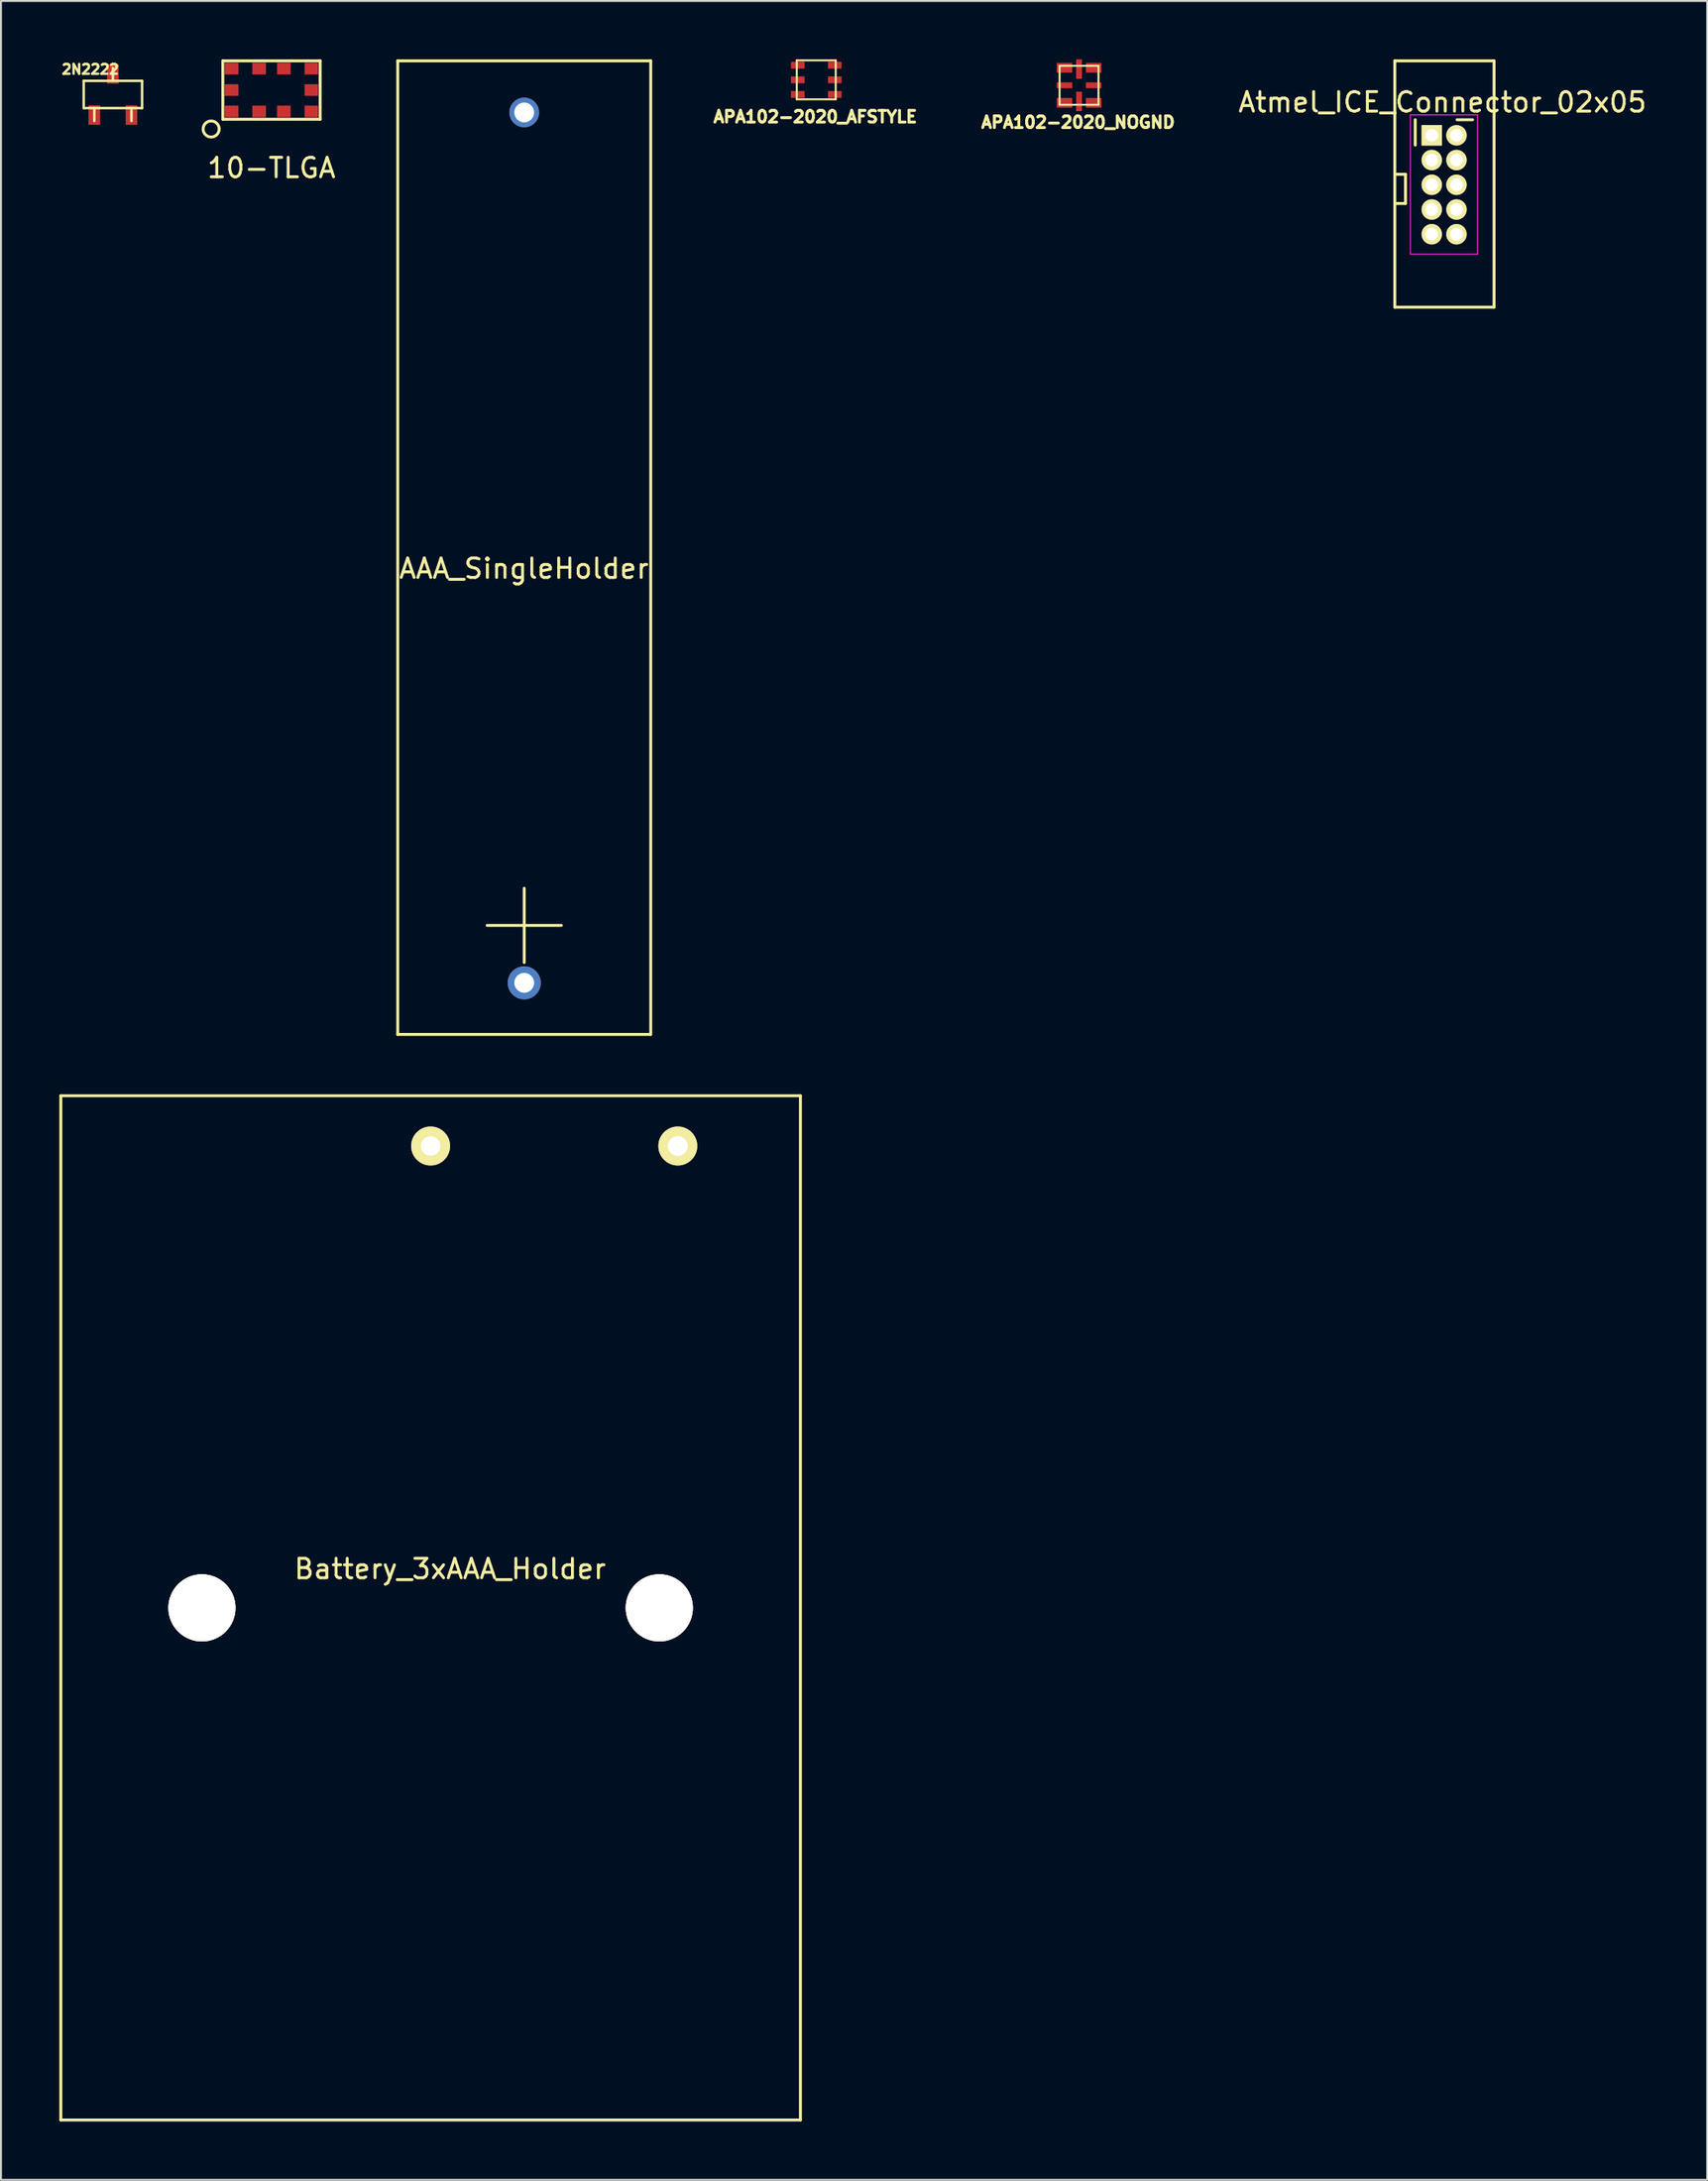
<source format=kicad_pcb>
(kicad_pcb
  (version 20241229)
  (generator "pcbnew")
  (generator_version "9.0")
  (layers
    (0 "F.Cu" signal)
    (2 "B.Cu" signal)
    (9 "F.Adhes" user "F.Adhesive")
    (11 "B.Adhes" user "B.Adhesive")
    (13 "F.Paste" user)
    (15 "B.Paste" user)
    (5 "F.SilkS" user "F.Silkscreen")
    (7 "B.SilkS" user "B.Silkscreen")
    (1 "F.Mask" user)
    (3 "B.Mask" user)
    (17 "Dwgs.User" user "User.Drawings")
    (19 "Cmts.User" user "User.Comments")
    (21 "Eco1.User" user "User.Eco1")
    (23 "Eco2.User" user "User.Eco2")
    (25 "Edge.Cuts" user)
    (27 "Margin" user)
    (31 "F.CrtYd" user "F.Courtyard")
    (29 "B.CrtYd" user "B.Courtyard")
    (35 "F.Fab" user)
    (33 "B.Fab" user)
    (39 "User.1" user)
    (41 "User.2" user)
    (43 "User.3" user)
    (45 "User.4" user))
  (footprint "Atmel_ICE_Connector_02x05"
    (layer "F.Cu")
    (at 71.164 6.4)
    (property "Reference" "Atmel_ICE_Connector_02x05" (at -0.1 -4.2 0) (layer "F.SilkS") (effects (font (size 1 1) (thickness 0.15))))
    (attr through_hole)
    (fp_line (start -2.55 -0.5) (end -2 -0.5) (stroke (width 0.15) (type solid)) (layer "F.SilkS"))
    (fp_line (start -2.55 6.325) (end -2.55 -6.325) (stroke (width 0.15) (type solid)) (layer "F.SilkS"))
    (fp_line (start -2 -0.5) (end -2 1) (stroke (width 0.15) (type solid)) (layer "F.SilkS"))
    (fp_line (start -2 1) (end -2.55 1) (stroke (width 0.15) (type solid)) (layer "F.SilkS"))
    (fp_line (start -1.5 -3.3) (end -1.5 -2) (stroke (width 0.15) (type solid)) (layer "F.SilkS"))
    (fp_line (start 1.45 -3.3) (end 0.65 -3.3) (stroke (width 0.15) (type solid)) (layer "F.SilkS"))
    (fp_line (start 2.55 -6.325) (end -2.55 -6.325) (stroke (width 0.15) (type solid)) (layer "F.SilkS"))
    (fp_line (start 2.55 6.325) (end -2.55 6.325) (stroke (width 0.15) (type solid)) (layer "F.SilkS"))
    (fp_line (start 2.55 6.325) (end 2.55 -6.325) (stroke (width 0.15) (type solid)) (layer "F.SilkS"))
    (fp_line (start -1.75 -3.55) (end -1.75 3.6) (stroke (width 0.05) (type solid)) (layer "F.CrtYd"))
    (fp_line (start -1.75 -3.55) (end 1.7 -3.55) (stroke (width 0.05) (type solid)) (layer "F.CrtYd"))
    (fp_line (start -1.75 3.6) (end 1.7 3.6) (stroke (width 0.05) (type solid)) (layer "F.CrtYd"))
    (fp_line (start 1.7 -3.55) (end 1.7 3.6) (stroke (width 0.05) (type solid)) (layer "F.CrtYd"))
    (pad "1" thru_hole rect (at -0.65 -2.5) (size 1.05 1.05) (drill 0.65) (layers "*.Cu" "*.Mask" "F.SilkS"))
    (pad "2" thru_hole circle (at 0.62 -2.5) (size 1.05 1.05) (drill 0.65) (layers "*.Cu" "*.Mask" "F.SilkS"))
    (pad "3" thru_hole circle (at -0.65 -1.23) (size 1.05 1.05) (drill 0.65) (layers "*.Cu" "*.Mask" "F.SilkS"))
    (pad "4" thru_hole circle (at 0.62 -1.23) (size 1.05 1.05) (drill 0.65) (layers "*.Cu" "*.Mask" "F.SilkS"))
    (pad "5" thru_hole circle (at -0.65 0.04) (size 1.05 1.05) (drill 0.65) (layers "*.Cu" "*.Mask" "F.SilkS"))
    (pad "6" thru_hole circle (at 0.62 0.04) (size 1.05 1.05) (drill 0.65) (layers "*.Cu" "*.Mask" "F.SilkS"))
    (pad "7" thru_hole circle (at -0.65 1.31) (size 1.05 1.05) (drill 0.65) (layers "*.Cu" "*.Mask" "F.SilkS"))
    (pad "8" thru_hole circle (at 0.62 1.31) (size 1.05 1.05) (drill 0.65) (layers "*.Cu" "*.Mask" "F.SilkS"))
    (pad "9" thru_hole circle (at -0.65 2.58) (size 1.05 1.05) (drill 0.65) (layers "*.Cu" "*.Mask" "F.SilkS"))
    (pad "10" thru_hole circle (at 0.62 2.58) (size 1.05 1.05) (drill 0.65) (layers "*.Cu" "*.Mask" "F.SilkS")))
  (footprint "APA102-2020_NOGND"
    (layer "F.Cu")
    (at 52.391 1.33)
    (property "Reference" "APA102-2020_NOGND" (at -0.05 1.9 0) (layer "F.SilkS") (effects (font (size 0.6 0.6) (thickness 0.15))))
    (attr through_hole)
    (fp_line (start -1 -1) (end 1 -1) (stroke (width 0.1) (type solid)) (layer "F.SilkS"))
    (fp_line (start -1 1) (end -1 -1) (stroke (width 0.1) (type solid)) (layer "F.SilkS"))
    (fp_line (start 1 -1) (end 1 1) (stroke (width 0.1) (type solid)) (layer "F.SilkS"))
    (fp_line (start 1 1) (end -1 1) (stroke (width 0.1) (type solid)) (layer "F.SilkS"))
    (pad "0" smd rect (at 0 0.83) (size 0.3 1) (layers "F.Cu" "F.Mask" "F.Paste"))
    (pad "1" smd rect (at -0.75 -0.9) (size 0.8 0.5) (layers "F.Cu" "F.Mask" "F.Paste"))
    (pad "1" smd rect (at 0 -0.83) (size 0.3 1) (layers "F.Cu" "F.Mask" "F.Paste"))
    (pad "2" smd rect (at -0.75 0) (size 0.8 0.3) (layers "F.Cu" "F.Mask" "F.Paste"))
    (pad "3" smd rect (at -0.75 0.9) (size 0.8 0.5) (layers "F.Cu" "F.Mask" "F.Paste"))
    (pad "4" smd rect (at 0.75 0.9) (size 0.8 0.5) (layers "F.Cu" "F.Mask" "F.Paste"))
    (pad "5" smd rect (at 0.75 0) (size 0.8 0.3) (layers "F.Cu" "F.Mask" "F.Paste"))
    (pad "6" smd rect (at 0.75 -0.9) (size 0.8 0.5) (layers "F.Cu" "F.Mask" "F.Paste")))
  (footprint "2N2222"
    (layer "F.Cu")
    (at 2.75 1.802)
    (property "Reference" "2N2222" (at -1.16 -1.29 0) (layer "F.SilkS") (effects (font (size 0.5 0.5) (thickness 0.125))))
    (attr through_hole)
    (fp_line (start -1.499 -0.699) (end 1.499 -0.699) (stroke (width 0.127) (type solid)) (layer "F.SilkS"))
    (fp_line (start -1.499 0.699) (end -1.499 -0.699) (stroke (width 0.127) (type solid)) (layer "F.SilkS"))
    (fp_line (start -0.953 0.699) (end -0.953 1.359) (stroke (width 0.127) (type solid)) (layer "F.SilkS"))
    (fp_line (start 0 -0.699) (end 0 -1.359) (stroke (width 0.127) (type solid)) (layer "F.SilkS"))
    (fp_line (start 0.953 0.699) (end 0.953 1.359) (stroke (width 0.127) (type solid)) (layer "F.SilkS"))
    (fp_line (start 1.499 -0.699) (end 1.499 0.699) (stroke (width 0.127) (type solid)) (layer "F.SilkS"))
    (fp_line (start 1.499 0.699) (end -1.499 0.699) (stroke (width 0.127) (type solid)) (layer "F.SilkS"))
    (pad "1" smd rect (at 0.953 1.057) (size 0.599 1.001) (layers "F.Cu" "F.Mask" "F.Paste"))
    (pad "2" smd rect (at -0.953 1.057) (size 0.599 1.001) (layers "F.Cu" "F.Mask" "F.Paste"))
    (pad "3" smd rect (at 0 -1.057) (size 0.599 1.001) (layers "F.Cu" "F.Mask" "F.Paste")))
  (footprint "APA102-2020_AFSTYLE"
    (layer "F.Cu")
    (at 38.889 1.05)
    (property "Reference" "APA102-2020_AFSTYLE" (at -0.05 1.9 0) (layer "F.SilkS") (effects (font (size 0.6 0.6) (thickness 0.15))))
    (attr through_hole)
    (fp_line (start -1 -1) (end 1 -1) (stroke (width 0.1) (type solid)) (layer "F.SilkS"))
    (fp_line (start -1 1) (end -1 -1) (stroke (width 0.1) (type solid)) (layer "F.SilkS"))
    (fp_line (start 1 -1) (end 1 1) (stroke (width 0.1) (type solid)) (layer "F.SilkS"))
    (fp_line (start 1 1) (end -1 1) (stroke (width 0.1) (type solid)) (layer "F.SilkS"))
    (pad "1" smd rect (at -0.95 -0.75) (size 0.7 0.35) (layers "F.Cu" "F.Mask" "F.Paste"))
    (pad "2" smd rect (at -0.95 0) (size 0.7 0.35) (layers "F.Cu" "F.Mask" "F.Paste"))
    (pad "3" smd rect (at -0.95 0.75) (size 0.7 0.35) (layers "F.Cu" "F.Mask" "F.Paste"))
    (pad "4" smd rect (at 0.95 0.75) (size 0.7 0.35) (layers "F.Cu" "F.Mask" "F.Paste"))
    (pad "5" smd rect (at 0.95 0) (size 0.7 0.35) (layers "F.Cu" "F.Mask" "F.Paste"))
    (pad "6" smd rect (at 0.95 -0.75) (size 0.7 0.35) (layers "F.Cu" "F.Mask" "F.Paste")))
  (footprint "10-TLGA"
    (layer "F.Cu")
    (at 10.899 1.575)
    (property "Reference" "10-TLGA" (at 0 4 0) (layer "F.SilkS") (effects (font (size 1 1) (thickness 0.15))))
    (attr through_hole)
    (fp_line (start -2.5 -1.5) (end 2.5 -1.5) (stroke (width 0.15) (type solid)) (layer "F.SilkS"))
    (fp_line (start -2.5 1.5) (end -2.5 -1.5) (stroke (width 0.15) (type solid)) (layer "F.SilkS"))
    (fp_line (start 2.5 -1.5) (end 2.5 1.5) (stroke (width 0.15) (type solid)) (layer "F.SilkS"))
    (fp_line (start 2.5 1.5) (end -2.5 1.5) (stroke (width 0.15) (type solid)) (layer "F.SilkS"))
    (fp_circle (center -3.1 2) (end -2.7 2.1) (stroke (width 0.15) (type solid)) (fill no) (layer "F.SilkS"))
    (pad "1" smd rect (at -2.05 1.1) (size 0.7 0.6) (layers "F.Cu" "F.Mask" "F.Paste"))
    (pad "2" smd rect (at -0.635 1.1) (size 0.7 0.6) (layers "F.Cu" "F.Mask" "F.Paste"))
    (pad "3" smd rect (at 0.635 1.1) (size 0.7 0.6) (layers "F.Cu" "F.Mask" "F.Paste"))
    (pad "4" smd rect (at 2.05 1.1) (size 0.7 0.6) (layers "F.Cu" "F.Mask" "F.Paste"))
    (pad "5" smd rect (at 2.05 0) (size 0.7 0.6) (layers "F.Cu" "F.Mask" "F.Paste"))
    (pad "6" smd rect (at 2.05 -1.1) (size 0.7 0.6) (layers "F.Cu" "F.Mask" "F.Paste"))
    (pad "7" smd rect (at 0.635 -1.1) (size 0.7 0.6) (layers "F.Cu" "F.Mask" "F.Paste"))
    (pad "8" smd rect (at -0.635 -1.1) (size 0.7 0.6) (layers "F.Cu" "F.Mask" "F.Paste"))
    (pad "9" smd rect (at -2.05 -1.1) (size 0.7 0.6) (layers "F.Cu" "F.Mask" "F.Paste"))
    (pad "10" smd rect (at -2.05 0) (size 0.7 0.6) (layers "F.Cu" "F.Mask" "F.Paste")))
  (footprint "AAA_SingleHolder"
    (layer "F.Cu")
    (at 23.885 25.075)
    (property "Reference" "AAA_SingleHolder" (at -0.014 1.076 0) (layer "F.SilkS") (effects (font (size 1 1) (thickness 0.15))))
    (attr through_hole)
    (fp_line (start -6.5 -25) (end 6.5 -25) (stroke (width 0.15) (type solid)) (layer "F.SilkS"))
    (fp_line (start -6.5 25) (end -6.5 -25) (stroke (width 0.15) (type solid)) (layer "F.SilkS"))
    (fp_line (start 6.5 -25) (end 6.5 25) (stroke (width 0.15) (type solid)) (layer "F.SilkS"))
    (fp_line (start 6.5 25) (end -6.5 25) (stroke (width 0.15) (type solid)) (layer "F.SilkS"))
    (fp_text user "+" (at 0 19 0) (layer "F.SilkS") (effects (font (size 5 5) (thickness 0.15))))
    (pad "1" thru_hole circle (at 0 22.35) (size 1.7 1.7) (drill 1.02) (layers "*.Cu" "*.Mask"))
    (pad "2" thru_hole circle (at 0 -22.35) (size 1.524 1.524) (drill 1.02) (layers "*.Cu" "*.Mask")))
  (footprint "Battery_3xAAA_Holder"
    (layer "F.Cu")
    (at 19.075 79.525)
    (property "Reference" "Battery_3xAAA_Holder" (at 1 -2 0) (layer "F.SilkS") (effects (font (size 1 1) (thickness 0.15))))
    (attr through_hole)
    (fp_line (start -19 -26.3) (end -19 26.3) (stroke (width 0.15) (type solid)) (layer "F.SilkS"))
    (fp_line (start -19 26.3) (end 19 26.3) (stroke (width 0.15) (type solid)) (layer "F.SilkS"))
    (fp_line (start 19 -26.3) (end -19 -26.3) (stroke (width 0.15) (type solid)) (layer "F.SilkS"))
    (fp_line (start 19 26.3) (end 19 -26.3) (stroke (width 0.15) (type solid)) (layer "F.SilkS"))
    (pad "0" thru_hole circle (at -11.75 0) (size 3.45 3.45) (drill 3.45) (layers "*.Cu" "*.Mask" "F.SilkS"))
    (pad "0" thru_hole circle (at 11.75 0) (size 3.45 3.45) (drill 3.45) (layers "*.Cu" "*.Mask" "F.SilkS"))
    (pad "1" thru_hole circle (at 0 -23.72) (size 2 2) (drill 1) (layers "*.Cu" "*.Mask" "F.SilkS"))
    (pad "2" thru_hole circle (at 12.7 -23.72) (size 2 2) (drill 1.02) (layers "*.Cu" "*.Mask" "F.SilkS")))
  (gr_rect
    (start -3 -3)
    (end 84.665 108.9)
    (stroke (width 0.1) (type default))
    (fill no)
    (layer "Edge.Cuts")))
</source>
